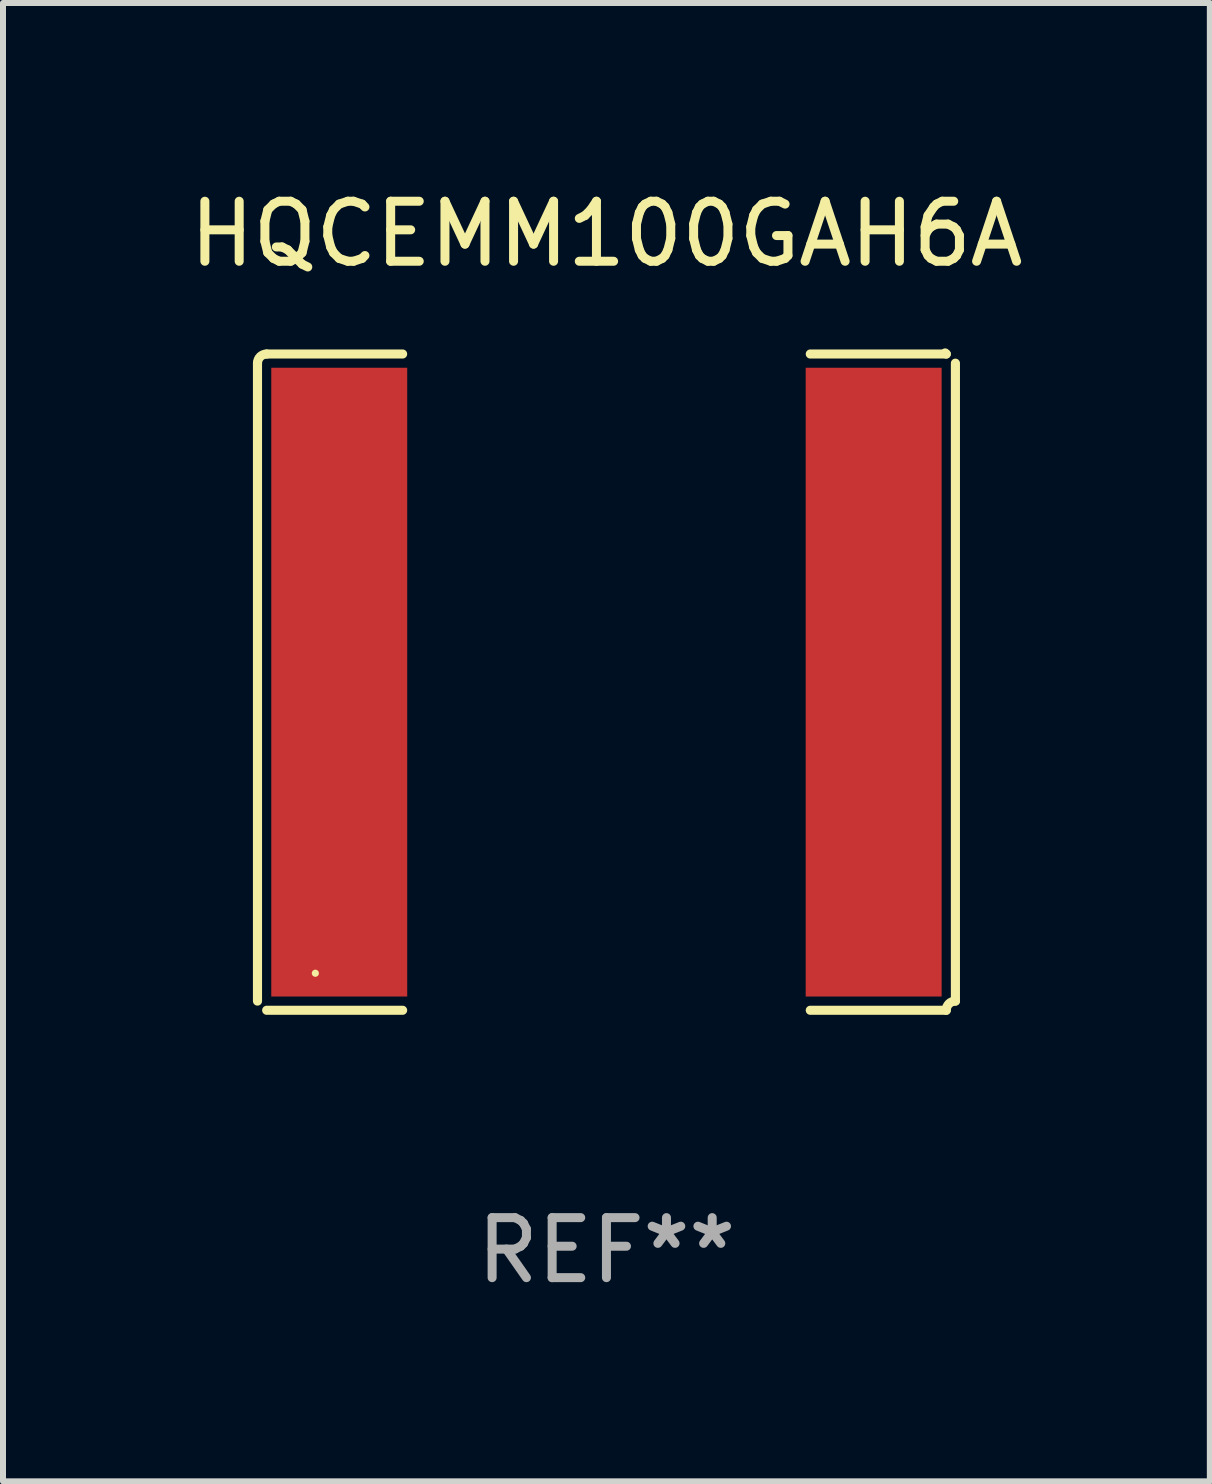
<source format=kicad_pcb>
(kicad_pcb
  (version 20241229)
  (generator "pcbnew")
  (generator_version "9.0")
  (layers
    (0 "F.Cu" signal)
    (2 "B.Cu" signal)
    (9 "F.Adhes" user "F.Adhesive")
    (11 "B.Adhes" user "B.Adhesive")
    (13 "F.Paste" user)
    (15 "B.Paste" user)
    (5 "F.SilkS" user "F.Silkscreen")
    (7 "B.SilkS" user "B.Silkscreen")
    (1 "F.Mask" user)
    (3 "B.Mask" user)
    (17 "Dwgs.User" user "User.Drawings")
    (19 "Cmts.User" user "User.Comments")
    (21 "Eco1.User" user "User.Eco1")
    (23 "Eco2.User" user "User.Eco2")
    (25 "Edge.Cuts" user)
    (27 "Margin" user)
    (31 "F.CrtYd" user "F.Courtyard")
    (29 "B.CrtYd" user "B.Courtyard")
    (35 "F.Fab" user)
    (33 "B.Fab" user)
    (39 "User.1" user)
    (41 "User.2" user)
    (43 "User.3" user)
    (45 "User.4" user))
  (footprint "HQCEMM100GAH6A"
    (layer "F.Cu")
    (at 7.054 8.315)
    (property "Reference" "HQCEMM100GAH6A" (at 0 -7.467 0) (layer "F.SilkS") (effects (font (size 1 1) (thickness 0.15))))
    (attr through_hole)
    (fp_line (start -5.814 -5.314) (end -5.814 5.314) (stroke (width 0.152) (type solid)) (layer "F.SilkS"))
    (fp_line (start -5.661 5.467) (end -3.396 5.467) (stroke (width 0.152) (type solid)) (layer "F.SilkS"))
    (fp_line (start -3.396 -5.467) (end -5.661 -5.467) (stroke (width 0.152) (type solid)) (layer "F.SilkS"))
    (fp_line (start 3.396 -5.467) (end 5.661 -5.467) (stroke (width 0.152) (type solid)) (layer "F.SilkS"))
    (fp_line (start 5.661 5.467) (end 3.396 5.467) (stroke (width 0.152) (type solid)) (layer "F.SilkS"))
    (fp_line (start 5.814 -5.314) (end 5.814 5.314) (stroke (width 0.152) (type solid)) (layer "F.SilkS"))
    (fp_arc (start -5.813599 -5.314201) (mid -5.768962 -5.421963) (end -5.661199 -5.466599) (stroke (width 0.1524) (type solid)) (layer "F.SilkS"))
    (fp_arc (start -5.813599 5.314201) (mid -5.804682 5.323116) (end -5.795765 5.332031) (stroke (width 0.1524) (type solid)) (layer "F.SilkS"))
    (fp_arc (start 5.661199 -5.466599) (mid 5.652283 -5.475515) (end 5.643366 -5.48443) (stroke (width 0.1524) (type solid)) (layer "F.SilkS"))
    (fp_arc (start 5.661199 5.466599) (mid 5.705836 5.358837) (end 5.813599 5.314201) (stroke (width 0.1524) (type solid)) (layer "F.SilkS"))
    (fp_circle (center -4.85 4.85) (end -4.82 4.85) (stroke (width 0.06) (type solid)) (fill no) (layer "F.SilkS"))
    (fp_text user "REF**" (at 0 9.467 0) (layer "F.Fab") (effects (font (size 1 1) (thickness 0.15))))
    (pad "1" smd rect (at -4.452 0) (size 2.265 10.476) (layers "F.Cu" "F.Mask" "F.Paste"))
    (pad "2" smd rect (at 4.452 0) (size 2.265 10.476) (layers "F.Cu" "F.Mask" "F.Paste")))
  (gr_rect
    (start -3 -3)
    (end 17.107 21.63)
    (stroke (width 0.1) (type default))
    (fill no)
    (layer "Edge.Cuts")))
</source>
